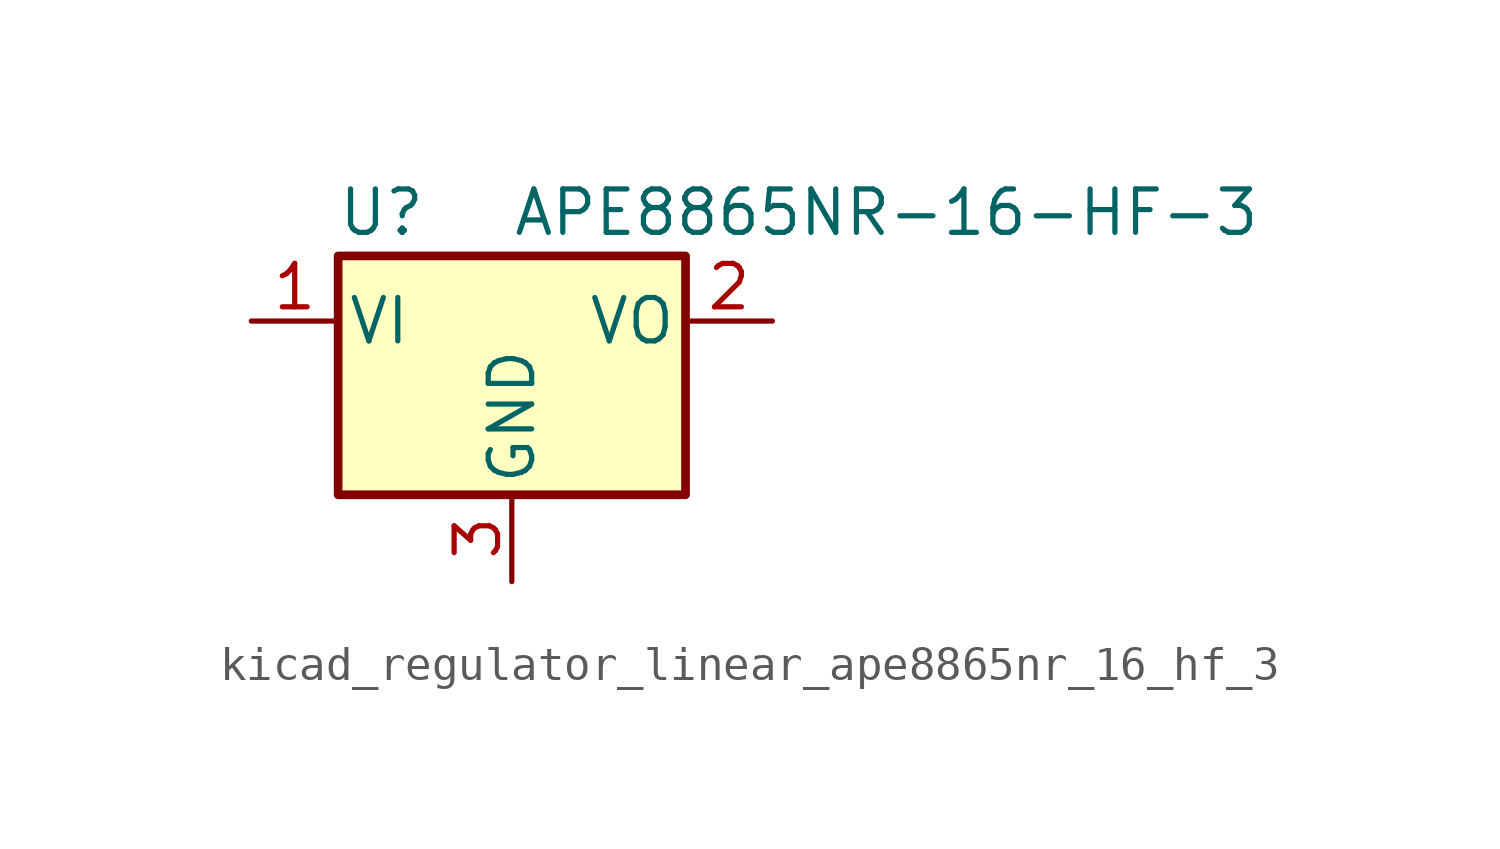
<source format=kicad_sym>
(kicad_symbol_lib
  (version 20220914)
  (generator kicad_symbol_editor)
  (symbol "kicad_regulator_linear_ape8865nr_16_hf_3"
    (pin_names
      (offset 0.254))
    (property "Reference" "U"
      (at -3.81 3.175 0)
      (effects (font (size 1.27 1.27))))
    (property "Value" "APE8865NR-16-HF-3"
      (at 0 3.175 0)
      (effects (font (size 1.27 1.27)) (justify left)))
    (symbol "kicad_regulator_linear_ape8865nr_16_hf_3_0_1"
      (rectangle (start -5.08 1.905) (end 5.08 -5.08) (stroke (width 0.254) (type default)) (fill (type background))))
    (symbol "kicad_regulator_linear_ape8865nr_16_hf_3_1_1"
      (pin power_in line (at -7.62 0 0) (length 2.54) (name "VI" (effects (font (size 1.27 1.27)))) (number "1" (effects (font (size 1.27 1.27)))))
      (pin power_out line (at 7.62 0 180) (length 2.54) (name "VO" (effects (font (size 1.27 1.27)))) (number "2" (effects (font (size 1.27 1.27)))))
      (pin power_in line (at 0 -7.62 90) (length 2.54) (name "GND" (effects (font (size 1.27 1.27)))) (number "3" (effects (font (size 1.27 1.27))))))))
</source>
